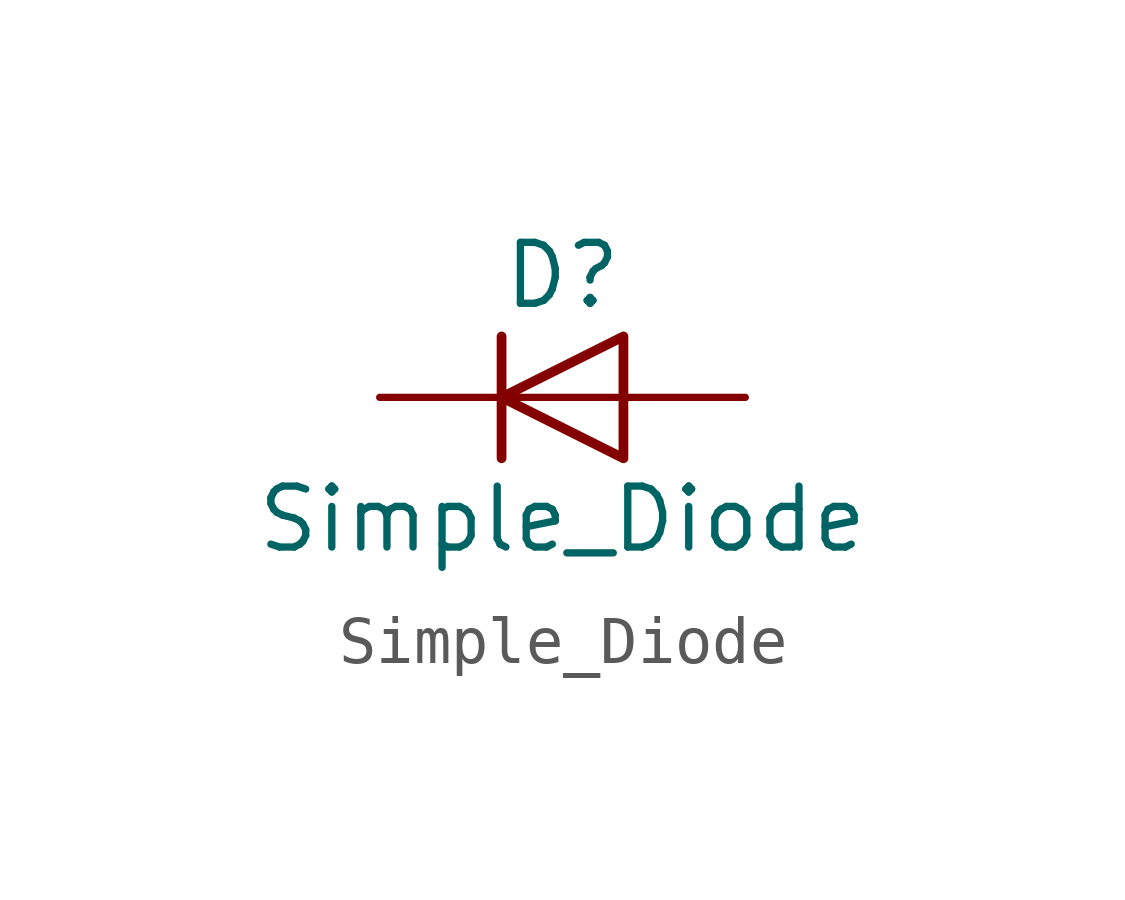
<source format=kicad_sym>
(kicad_symbol_lib
  (version 20211014)
  (generator kicad_symbol_editor)
  (symbol "Simple_Diode"
    (pin_numbers hide)
    (pin_names
      (offset 1.016) hide)
    (property "Reference" "D"
      (at 0 2.54 0)
      (effects (font (size 1.27 1.27))))
    (property "Value" "Simple_Diode"
      (at 0 -2.54 0)
      (effects (font (size 1.27 1.27))))
    (symbol "Simple_Diode_0_1"
      (polyline (pts (xy -1.27 1.27) (xy -1.27 -1.27)) (stroke (width 0.203) (type default) (color 0 0 0 0)) (fill (type none)))
      (polyline (pts (xy 1.27 0) (xy -1.27 0)) (stroke (width 0) (type default) (color 0 0 0 0)) (fill (type none)))
      (polyline (pts (xy 1.27 1.27) (xy 1.27 -1.27) (xy -1.27 0) (xy 1.27 1.27)) (stroke (width 0.203) (type default) (color 0 0 0 0)) (fill (type none))))
    (symbol "Simple_Diode_1_1"
      (pin passive line (at -3.81 0 0) (length 2.54) (name "K" (effects (font (size 1.27 1.27)))) (number "1" (effects (font (size 1.27 1.27)))))
      (pin passive line (at 3.81 0 180) (length 2.54) (name "A" (effects (font (size 1.27 1.27)))) (number "2" (effects (font (size 1.27 1.27))))))))
</source>
